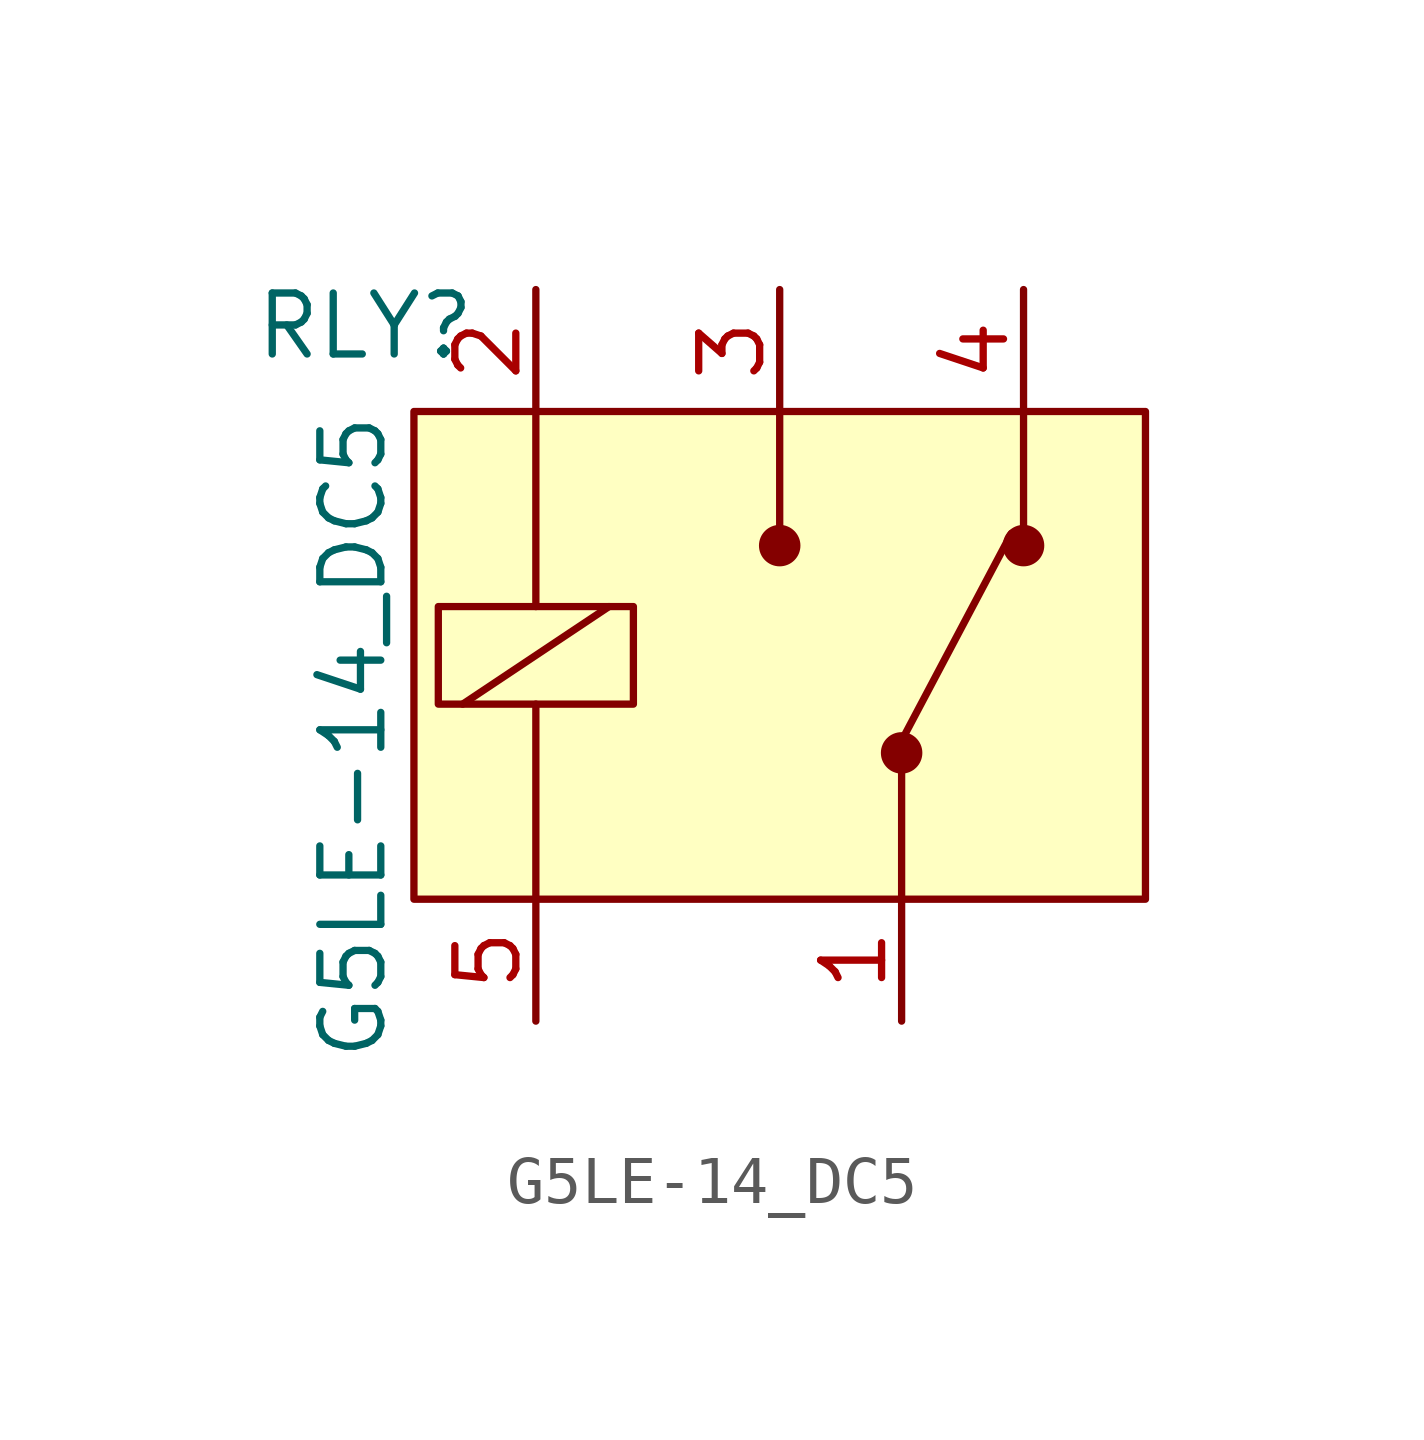
<source format=kicad_sym>
(kicad_symbol_lib
  (version 20201005)
  (generator kicad_symbol_editor)
  (symbol "G5LE-14_DC5"
    (pin_names
      (offset 0) hide)
    (property "Reference" "RLY"
      (at -8.636 6.858 0)
      (effects (font (size 1.27 1.27))))
    (property "Value" "G5LE-14_DC5"
      (at -8.89 5.08 90)
      (effects (font (size 1.27 1.27)) (justify right)))
    (symbol "G5LE-14_DC5_0_1"
      (circle (center 0 2.286) (radius 0.356) (stroke (width 0)) (fill (type outline)))
      (circle (center 2.54 -2.032) (radius 0.356) (stroke (width 0)) (fill (type outline)))
      (circle (center 5.08 2.286) (radius 0.356) (stroke (width 0)) (fill (type outline)))
      (rectangle (start -7.62 5.08) (end 7.62 -5.08) (stroke (width 0)) (fill (type background)))
      (rectangle (start -7.112 1.016) (end -3.048 -1.016) (stroke (width 0)) (fill (type none)))
      (polyline (pts (xy -6.604 -1.016) (xy -3.556 1.016)) (stroke (width 0)) (fill (type none)))
      (polyline (pts (xy -5.08 -5.08) (xy -5.08 -1.016)) (stroke (width 0)) (fill (type none)))
      (polyline (pts (xy -5.08 5.08) (xy -5.08 1.016)) (stroke (width 0)) (fill (type none)))
      (polyline (pts (xy 0 5.08) (xy 0 2.54)) (stroke (width 0)) (fill (type none)))
      (polyline (pts (xy 2.54 -5.08) (xy 2.54 -2.286)) (stroke (width 0)) (fill (type none)))
      (polyline (pts (xy 2.54 -1.778) (xy 4.826 2.54)) (stroke (width 0)) (fill (type none)))
      (polyline (pts (xy 5.08 5.08) (xy 5.08 2.54)) (stroke (width 0)) (fill (type none))))
    (symbol "G5LE-14_DC5_1_1"
      (pin passive line (at 2.54 -7.62 90) (length 2.54) (name "COM" (effects (font (size 1.27 1.27)))) (number "1" (effects (font (size 1.27 1.27)))))
      (pin passive line (at -5.08 7.62 270) (length 2.54) (name "COIL" (effects (font (size 1.27 1.27)))) (number "2" (effects (font (size 1.27 1.27)))))
      (pin passive line (at 0 7.62 270) (length 2.54) (name "NO" (effects (font (size 1.27 1.27)))) (number "3" (effects (font (size 1.27 1.27)))))
      (pin passive line (at 5.08 7.62 270) (length 2.54) (name "NC" (effects (font (size 1.27 1.27)))) (number "4" (effects (font (size 1.27 1.27)))))
      (pin passive line (at -5.08 -7.62 90) (length 2.54) (name "COIL" (effects (font (size 1.27 1.27)))) (number "5" (effects (font (size 1.27 1.27))))))))
</source>
